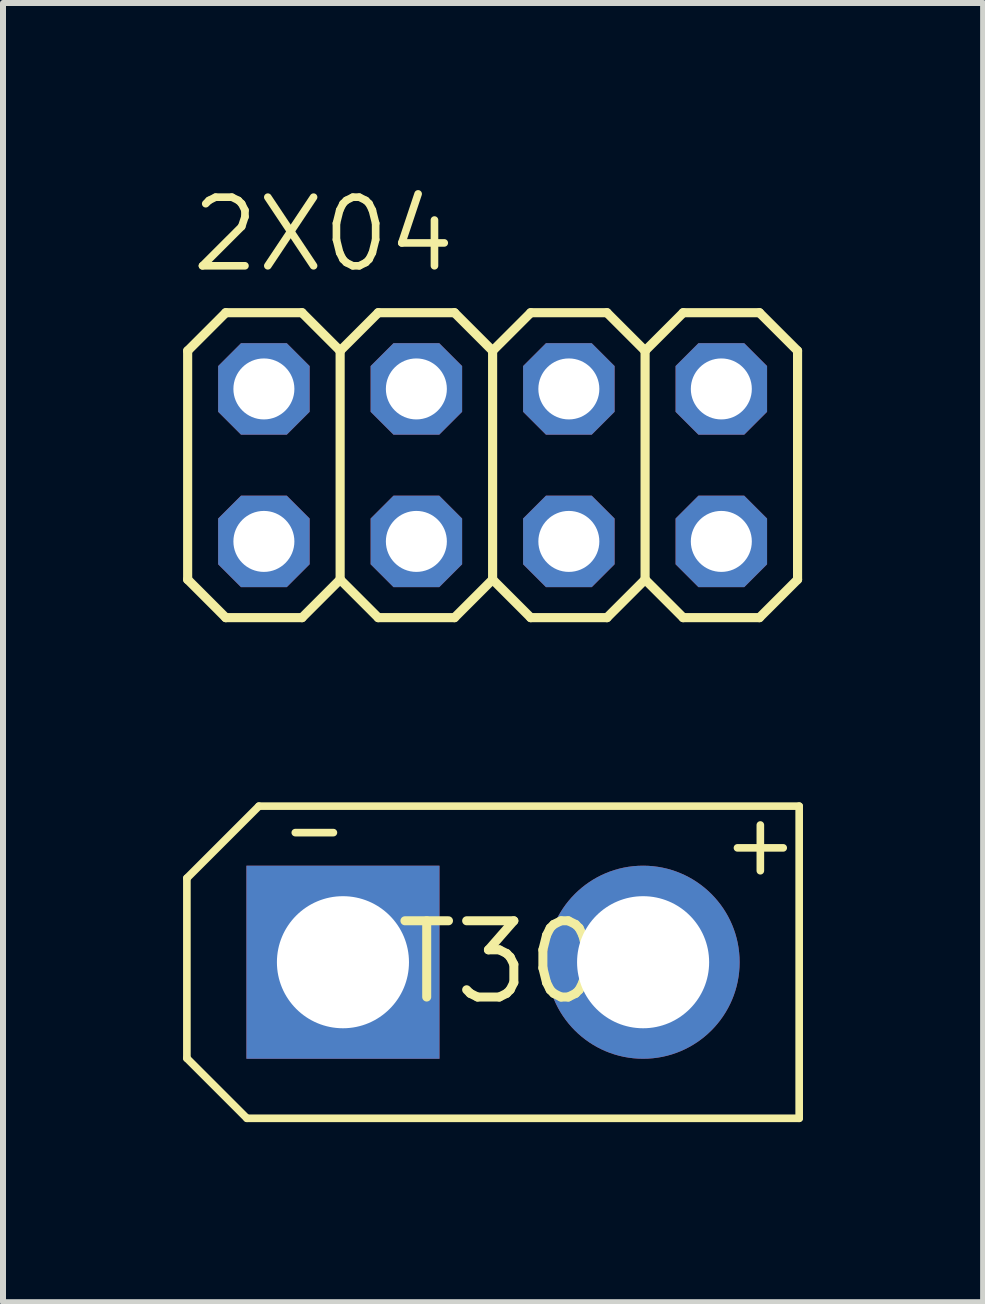
<source format=kicad_pcb>
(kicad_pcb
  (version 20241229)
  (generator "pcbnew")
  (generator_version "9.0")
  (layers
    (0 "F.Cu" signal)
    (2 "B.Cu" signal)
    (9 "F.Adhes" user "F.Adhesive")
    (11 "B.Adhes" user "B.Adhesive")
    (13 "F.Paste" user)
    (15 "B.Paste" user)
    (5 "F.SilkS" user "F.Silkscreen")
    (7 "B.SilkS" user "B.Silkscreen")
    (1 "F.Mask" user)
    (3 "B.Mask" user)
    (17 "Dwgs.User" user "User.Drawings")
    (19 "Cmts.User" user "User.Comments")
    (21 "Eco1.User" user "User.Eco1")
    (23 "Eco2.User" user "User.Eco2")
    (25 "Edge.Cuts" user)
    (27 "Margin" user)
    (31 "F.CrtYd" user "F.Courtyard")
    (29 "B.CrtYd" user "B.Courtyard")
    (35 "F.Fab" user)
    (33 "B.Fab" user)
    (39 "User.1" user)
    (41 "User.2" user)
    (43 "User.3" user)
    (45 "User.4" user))
  (footprint "XT30"
    (layer "F.Cu")
    (at 4.663 12.979)
    (property "Reference" "XT30" (at 0 0 0) (layer "F.SilkS") (effects (font (size 1.27 1.27) (thickness 0.15))))
    (fp_line (start -4.6 -1.4) (end -4.6 1.6) (stroke (width 0.127) (type solid)) (layer "F.SilkS"))
    (fp_line (start -3.6 2.6) (end -4.6 1.6) (stroke (width 0.127) (type solid)) (layer "F.SilkS"))
    (fp_line (start -3.4 -2.6) (end -4.6 -1.4) (stroke (width 0.127) (type solid)) (layer "F.SilkS"))
    (fp_line (start -3.4 -2.6) (end 5.6 -2.6) (stroke (width 0.127) (type solid)) (layer "F.SilkS"))
    (fp_line (start -2.794 -2.159) (end -2.159 -2.159) (stroke (width 0.127) (type solid)) (layer "F.SilkS"))
    (fp_line (start 4.572 -1.905) (end 5.334 -1.905) (stroke (width 0.127) (type solid)) (layer "F.SilkS"))
    (fp_line (start 4.953 -2.286) (end 4.953 -1.524) (stroke (width 0.127) (type solid)) (layer "F.SilkS"))
    (fp_line (start 5.6 -2.6) (end 5.6 2.6) (stroke (width 0.127) (type solid)) (layer "F.SilkS"))
    (fp_line (start 5.6 2.6) (end -3.6 2.6) (stroke (width 0.127) (type solid)) (layer "F.SilkS"))
    (pad "P$1" thru_hole rect (at -2 0) (size 3.216 3.216) (drill 2.2) (layers "*.Cu" "*.Mask"))
    (pad "P$2" thru_hole circle (at 3 0) (size 3.216 3.216) (drill 2.2) (layers "*.Cu" "*.Mask")))
  (footprint "2X04"
    (layer "F.Cu")
    (at 5.156 4.699)
    (property "Reference" "2X04" (at -5.08 -3.175 0) (layer "F.SilkS") (effects (font (size 1.143 1.143) (thickness 0.127)) (justify left bottom)))
    (fp_line (start -5.08 -1.905) (end -4.445 -2.54) (stroke (width 0.152) (type solid)) (layer "F.SilkS"))
    (fp_line (start -5.08 1.905) (end -5.08 -1.905) (stroke (width 0.152) (type solid)) (layer "F.SilkS"))
    (fp_line (start -5.08 1.905) (end -4.445 2.54) (stroke (width 0.152) (type solid)) (layer "F.SilkS"))
    (fp_line (start -4.445 -2.54) (end -3.175 -2.54) (stroke (width 0.152) (type solid)) (layer "F.SilkS"))
    (fp_line (start -4.445 2.54) (end -3.175 2.54) (stroke (width 0.152) (type solid)) (layer "F.SilkS"))
    (fp_line (start -3.175 -2.54) (end -2.54 -1.905) (stroke (width 0.152) (type solid)) (layer "F.SilkS"))
    (fp_line (start -3.175 2.54) (end -2.54 1.905) (stroke (width 0.152) (type solid)) (layer "F.SilkS"))
    (fp_line (start -2.54 -1.905) (end -2.54 1.905) (stroke (width 0.152) (type solid)) (layer "F.SilkS"))
    (fp_line (start -2.54 -1.905) (end -1.905 -2.54) (stroke (width 0.152) (type solid)) (layer "F.SilkS"))
    (fp_line (start -2.54 1.905) (end -1.905 2.54) (stroke (width 0.152) (type solid)) (layer "F.SilkS"))
    (fp_line (start -1.905 -2.54) (end -0.635 -2.54) (stroke (width 0.152) (type solid)) (layer "F.SilkS"))
    (fp_line (start -1.905 2.54) (end -0.635 2.54) (stroke (width 0.152) (type solid)) (layer "F.SilkS"))
    (fp_line (start -0.635 -2.54) (end 0 -1.905) (stroke (width 0.152) (type solid)) (layer "F.SilkS"))
    (fp_line (start -0.635 2.54) (end 0 1.905) (stroke (width 0.152) (type solid)) (layer "F.SilkS"))
    (fp_line (start 0 -1.905) (end 0 1.905) (stroke (width 0.152) (type solid)) (layer "F.SilkS"))
    (fp_line (start 0 -1.905) (end 0.635 -2.54) (stroke (width 0.152) (type solid)) (layer "F.SilkS"))
    (fp_line (start 0 1.905) (end 0.635 2.54) (stroke (width 0.152) (type solid)) (layer "F.SilkS"))
    (fp_line (start 0.635 -2.54) (end 1.905 -2.54) (stroke (width 0.152) (type solid)) (layer "F.SilkS"))
    (fp_line (start 0.635 2.54) (end 1.905 2.54) (stroke (width 0.152) (type solid)) (layer "F.SilkS"))
    (fp_line (start 1.905 -2.54) (end 2.54 -1.905) (stroke (width 0.152) (type solid)) (layer "F.SilkS"))
    (fp_line (start 1.905 2.54) (end 2.54 1.905) (stroke (width 0.152) (type solid)) (layer "F.SilkS"))
    (fp_line (start 2.54 -1.905) (end 2.54 1.905) (stroke (width 0.152) (type solid)) (layer "F.SilkS"))
    (fp_line (start 2.54 -1.905) (end 3.175 -2.54) (stroke (width 0.152) (type solid)) (layer "F.SilkS"))
    (fp_line (start 2.54 1.905) (end 3.175 2.54) (stroke (width 0.152) (type solid)) (layer "F.SilkS"))
    (fp_line (start 3.175 -2.54) (end 4.445 -2.54) (stroke (width 0.152) (type solid)) (layer "F.SilkS"))
    (fp_line (start 3.175 2.54) (end 4.445 2.54) (stroke (width 0.152) (type solid)) (layer "F.SilkS"))
    (fp_line (start 4.445 -2.54) (end 5.08 -1.905) (stroke (width 0.152) (type solid)) (layer "F.SilkS"))
    (fp_line (start 4.445 2.54) (end 5.08 1.905) (stroke (width 0.152) (type solid)) (layer "F.SilkS"))
    (fp_line (start 5.08 -1.905) (end 5.08 1.905) (stroke (width 0.152) (type solid)) (layer "F.SilkS"))
    (fp_poly (pts (xy -4.064 -1.016) (xy -3.556 -1.016) (xy -3.556 -1.524) (xy -4.064 -1.524)) (stroke (width 0.1) (type solid)) (fill no) (layer "F.Fab"))
    (fp_poly (pts (xy -4.064 1.524) (xy -3.556 1.524) (xy -3.556 1.016) (xy -4.064 1.016)) (stroke (width 0.1) (type solid)) (fill no) (layer "F.Fab"))
    (fp_poly (pts (xy -1.524 -1.016) (xy -1.016 -1.016) (xy -1.016 -1.524) (xy -1.524 -1.524)) (stroke (width 0.1) (type solid)) (fill no) (layer "F.Fab"))
    (fp_poly (pts (xy -1.524 1.524) (xy -1.016 1.524) (xy -1.016 1.016) (xy -1.524 1.016)) (stroke (width 0.1) (type solid)) (fill no) (layer "F.Fab"))
    (fp_poly (pts (xy 1.016 -1.016) (xy 1.524 -1.016) (xy 1.524 -1.524) (xy 1.016 -1.524)) (stroke (width 0.1) (type solid)) (fill no) (layer "F.Fab"))
    (fp_poly (pts (xy 1.016 1.524) (xy 1.524 1.524) (xy 1.524 1.016) (xy 1.016 1.016)) (stroke (width 0.1) (type solid)) (fill no) (layer "F.Fab"))
    (fp_poly (pts (xy 3.556 -1.016) (xy 4.064 -1.016) (xy 4.064 -1.524) (xy 3.556 -1.524)) (stroke (width 0.1) (type solid)) (fill no) (layer "F.Fab"))
    (fp_poly (pts (xy 3.556 1.524) (xy 4.064 1.524) (xy 4.064 1.016) (xy 3.556 1.016)) (stroke (width 0.1) (type solid)) (fill no) (layer "F.Fab"))
    (pad "1" thru_hole roundrect (at -3.81 1.27) (size 1.524 1.524) (drill 1.016) (layers "*.Cu" "*.Mask") (roundrect_rratio 0.25) (chamfer_ratio 0.25) (chamfer top_left top_right bottom_left bottom_right))
    (pad "2" thru_hole roundrect (at -3.81 -1.27) (size 1.524 1.524) (drill 1.016) (layers "*.Cu" "*.Mask") (roundrect_rratio 0.25) (chamfer_ratio 0.25) (chamfer top_left top_right bottom_left bottom_right))
    (pad "3" thru_hole roundrect (at -1.27 1.27) (size 1.524 1.524) (drill 1.016) (layers "*.Cu" "*.Mask") (roundrect_rratio 0.25) (chamfer_ratio 0.25) (chamfer top_left top_right bottom_left bottom_right))
    (pad "4" thru_hole roundrect (at -1.27 -1.27) (size 1.524 1.524) (drill 1.016) (layers "*.Cu" "*.Mask") (roundrect_rratio 0.25) (chamfer_ratio 0.25) (chamfer top_left top_right bottom_left bottom_right))
    (pad "5" thru_hole roundrect (at 1.27 1.27) (size 1.524 1.524) (drill 1.016) (layers "*.Cu" "*.Mask") (roundrect_rratio 0.25) (chamfer_ratio 0.25) (chamfer top_left top_right bottom_left bottom_right))
    (pad "6" thru_hole roundrect (at 1.27 -1.27) (size 1.524 1.524) (drill 1.016) (layers "*.Cu" "*.Mask") (roundrect_rratio 0.25) (chamfer_ratio 0.25) (chamfer top_left top_right bottom_left bottom_right))
    (pad "7" thru_hole roundrect (at 3.81 1.27) (size 1.524 1.524) (drill 1.016) (layers "*.Cu" "*.Mask") (roundrect_rratio 0.25) (chamfer_ratio 0.25) (chamfer top_left top_right bottom_left bottom_right))
    (pad "8" thru_hole roundrect (at 3.81 -1.27) (size 1.524 1.524) (drill 1.016) (layers "*.Cu" "*.Mask") (roundrect_rratio 0.25) (chamfer_ratio 0.25) (chamfer top_left top_right bottom_left bottom_right)))
  (gr_rect
    (start -3 -3)
    (end 13.327 18.642)
    (stroke (width 0.1) (type default))
    (fill no)
    (layer "Edge.Cuts")))
</source>
